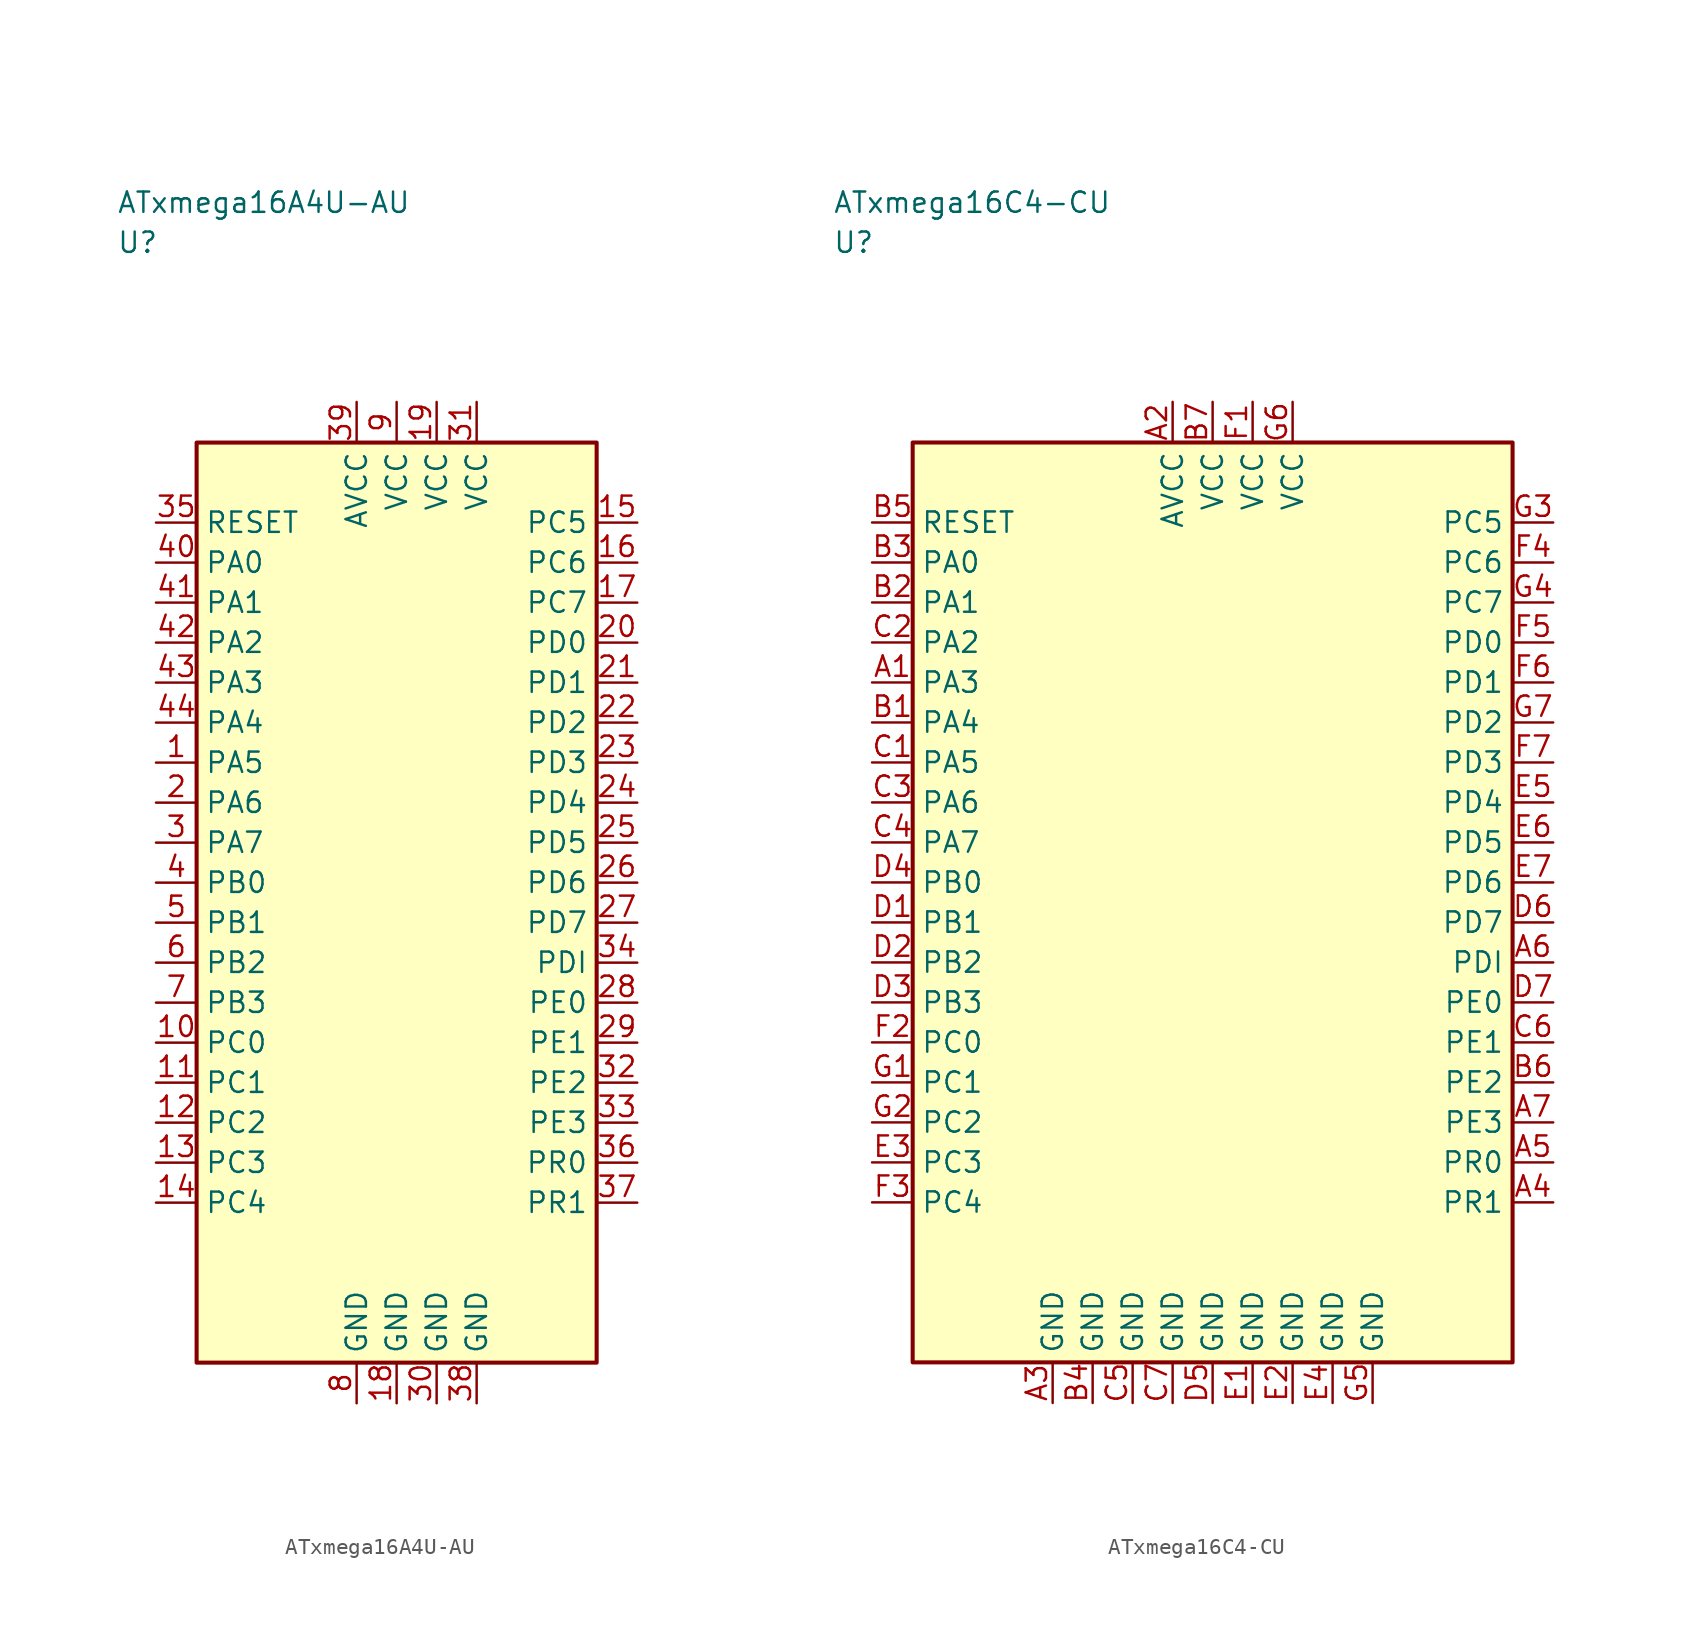
<source format=kicad_sym>
(kicad_symbol_lib
  (version 20241025)
  (generator "kicad_symbol_editor")
  (generator_version "8.0")
  (symbol "ATxmega16A4U-AU"
    (property "Reference" "U"
      (at -17.5 41.25 0)
      (effects (font (size 1.27 1.27)) (justify left)))
    (property "Value" "ATxmega16A4U-AU"
      (at -17.5 43.75 0)
      (effects (font (size 1.27 1.27)) (justify left)))
    (symbol "ATxmega16A4U-AU_0_1"
      (rectangle (start -12.5 28.75) (end 12.5 -28.75) (stroke (width 0.254) (type default)) (fill (type background))))
    (symbol "ATxmega16A4U-AU_1_1"
      (pin bidirectional line (at -15.04 8.75 0.0) (length 2.54) (name "PA5" (effects (font (size 1.27 1.27)))) (number "1" (effects (font (size 1.27 1.27)))))
      (pin bidirectional line (at -15.04 6.25 0.0) (length 2.54) (name "PA6" (effects (font (size 1.27 1.27)))) (number "2" (effects (font (size 1.27 1.27)))))
      (pin bidirectional line (at -15.04 3.75 0.0) (length 2.54) (name "PA7" (effects (font (size 1.27 1.27)))) (number "3" (effects (font (size 1.27 1.27)))))
      (pin bidirectional line (at -15.04 1.25 0.0) (length 2.54) (name "PB0" (effects (font (size 1.27 1.27)))) (number "4" (effects (font (size 1.27 1.27)))))
      (pin bidirectional line (at -15.04 -1.25 0.0) (length 2.54) (name "PB1" (effects (font (size 1.27 1.27)))) (number "5" (effects (font (size 1.27 1.27)))))
      (pin bidirectional line (at -15.04 -3.75 0.0) (length 2.54) (name "PB2" (effects (font (size 1.27 1.27)))) (number "6" (effects (font (size 1.27 1.27)))))
      (pin bidirectional line (at -15.04 -6.25 0.0) (length 2.54) (name "PB3" (effects (font (size 1.27 1.27)))) (number "7" (effects (font (size 1.27 1.27)))))
      (pin passive line (at -2.5 -31.29 90.0) (length 2.54) (name "GND" (effects (font (size 1.27 1.27)))) (number "8" (effects (font (size 1.27 1.27)))))
      (pin power_in line (at 0.0 31.29 270.0) (length 2.54) (name "VCC" (effects (font (size 1.27 1.27)))) (number "9" (effects (font (size 1.27 1.27)))))
      (pin bidirectional line (at -15.04 -8.75 0.0) (length 2.54) (name "PC0" (effects (font (size 1.27 1.27)))) (number "10" (effects (font (size 1.27 1.27)))))
      (pin bidirectional line (at -15.04 -11.25 0.0) (length 2.54) (name "PC1" (effects (font (size 1.27 1.27)))) (number "11" (effects (font (size 1.27 1.27)))))
      (pin bidirectional line (at -15.04 -13.75 0.0) (length 2.54) (name "PC2" (effects (font (size 1.27 1.27)))) (number "12" (effects (font (size 1.27 1.27)))))
      (pin bidirectional line (at -15.04 -16.25 0.0) (length 2.54) (name "PC3" (effects (font (size 1.27 1.27)))) (number "13" (effects (font (size 1.27 1.27)))))
      (pin bidirectional line (at -15.04 -18.75 0.0) (length 2.54) (name "PC4" (effects (font (size 1.27 1.27)))) (number "14" (effects (font (size 1.27 1.27)))))
      (pin bidirectional line (at 15.04 23.75 180.0) (length 2.54) (name "PC5" (effects (font (size 1.27 1.27)))) (number "15" (effects (font (size 1.27 1.27)))))
      (pin bidirectional line (at 15.04 21.25 180.0) (length 2.54) (name "PC6" (effects (font (size 1.27 1.27)))) (number "16" (effects (font (size 1.27 1.27)))))
      (pin bidirectional line (at 15.04 18.75 180.0) (length 2.54) (name "PC7" (effects (font (size 1.27 1.27)))) (number "17" (effects (font (size 1.27 1.27)))))
      (pin passive line (at 0.0 -31.29 90.0) (length 2.54) (name "GND" (effects (font (size 1.27 1.27)))) (number "18" (effects (font (size 1.27 1.27)))))
      (pin power_in line (at 2.5 31.29 270.0) (length 2.54) (name "VCC" (effects (font (size 1.27 1.27)))) (number "19" (effects (font (size 1.27 1.27)))))
      (pin bidirectional line (at 15.04 16.25 180.0) (length 2.54) (name "PD0" (effects (font (size 1.27 1.27)))) (number "20" (effects (font (size 1.27 1.27)))))
      (pin bidirectional line (at 15.04 13.75 180.0) (length 2.54) (name "PD1" (effects (font (size 1.27 1.27)))) (number "21" (effects (font (size 1.27 1.27)))))
      (pin bidirectional line (at 15.04 11.25 180.0) (length 2.54) (name "PD2" (effects (font (size 1.27 1.27)))) (number "22" (effects (font (size 1.27 1.27)))))
      (pin bidirectional line (at 15.04 8.75 180.0) (length 2.54) (name "PD3" (effects (font (size 1.27 1.27)))) (number "23" (effects (font (size 1.27 1.27)))))
      (pin bidirectional line (at 15.04 6.25 180.0) (length 2.54) (name "PD4" (effects (font (size 1.27 1.27)))) (number "24" (effects (font (size 1.27 1.27)))))
      (pin bidirectional line (at 15.04 3.75 180.0) (length 2.54) (name "PD5" (effects (font (size 1.27 1.27)))) (number "25" (effects (font (size 1.27 1.27)))))
      (pin bidirectional line (at 15.04 1.25 180.0) (length 2.54) (name "PD6" (effects (font (size 1.27 1.27)))) (number "26" (effects (font (size 1.27 1.27)))))
      (pin bidirectional line (at 15.04 -1.25 180.0) (length 2.54) (name "PD7" (effects (font (size 1.27 1.27)))) (number "27" (effects (font (size 1.27 1.27)))))
      (pin bidirectional line (at 15.04 -6.25 180.0) (length 2.54) (name "PE0" (effects (font (size 1.27 1.27)))) (number "28" (effects (font (size 1.27 1.27)))))
      (pin bidirectional line (at 15.04 -8.75 180.0) (length 2.54) (name "PE1" (effects (font (size 1.27 1.27)))) (number "29" (effects (font (size 1.27 1.27)))))
      (pin passive line (at 2.5 -31.29 90.0) (length 2.54) (name "GND" (effects (font (size 1.27 1.27)))) (number "30" (effects (font (size 1.27 1.27)))))
      (pin power_in line (at 5.0 31.29 270.0) (length 2.54) (name "VCC" (effects (font (size 1.27 1.27)))) (number "31" (effects (font (size 1.27 1.27)))))
      (pin bidirectional line (at 15.04 -11.25 180.0) (length 2.54) (name "PE2" (effects (font (size 1.27 1.27)))) (number "32" (effects (font (size 1.27 1.27)))))
      (pin bidirectional line (at 15.04 -13.75 180.0) (length 2.54) (name "PE3" (effects (font (size 1.27 1.27)))) (number "33" (effects (font (size 1.27 1.27)))))
      (pin bidirectional line (at 15.04 -3.75 180.0) (length 2.54) (name "PDI" (effects (font (size 1.27 1.27)))) (number "34" (effects (font (size 1.27 1.27)))))
      (pin input line (at -15.04 23.75 0.0) (length 2.54) (name "RESET" (effects (font (size 1.27 1.27)))) (number "35" (effects (font (size 1.27 1.27)))))
      (pin bidirectional line (at 15.04 -16.25 180.0) (length 2.54) (name "PR0" (effects (font (size 1.27 1.27)))) (number "36" (effects (font (size 1.27 1.27)))))
      (pin bidirectional line (at 15.04 -18.75 180.0) (length 2.54) (name "PR1" (effects (font (size 1.27 1.27)))) (number "37" (effects (font (size 1.27 1.27)))))
      (pin passive line (at 5.0 -31.29 90.0) (length 2.54) (name "GND" (effects (font (size 1.27 1.27)))) (number "38" (effects (font (size 1.27 1.27)))))
      (pin power_in line (at -2.5 31.29 270.0) (length 2.54) (name "AVCC" (effects (font (size 1.27 1.27)))) (number "39" (effects (font (size 1.27 1.27)))))
      (pin bidirectional line (at -15.04 21.25 0.0) (length 2.54) (name "PA0" (effects (font (size 1.27 1.27)))) (number "40" (effects (font (size 1.27 1.27)))))
      (pin bidirectional line (at -15.04 18.75 0.0) (length 2.54) (name "PA1" (effects (font (size 1.27 1.27)))) (number "41" (effects (font (size 1.27 1.27)))))
      (pin bidirectional line (at -15.04 16.25 0.0) (length 2.54) (name "PA2" (effects (font (size 1.27 1.27)))) (number "42" (effects (font (size 1.27 1.27)))))
      (pin bidirectional line (at -15.04 13.75 0.0) (length 2.54) (name "PA3" (effects (font (size 1.27 1.27)))) (number "43" (effects (font (size 1.27 1.27)))))
      (pin bidirectional line (at -15.04 11.25 0.0) (length 2.54) (name "PA4" (effects (font (size 1.27 1.27)))) (number "44" (effects (font (size 1.27 1.27)))))))
  (symbol "ATxmega16C4-CU"
    (property "Reference" "U"
      (at -23.75 41.25 0)
      (effects (font (size 1.27 1.27)) (justify left)))
    (property "Value" "ATxmega16C4-CU"
      (at -23.75 43.75 0)
      (effects (font (size 1.27 1.27)) (justify left)))
    (symbol "ATxmega16C4-CU_0_1"
      (rectangle (start -18.75 28.75) (end 18.75 -28.75) (stroke (width 0.254) (type default)) (fill (type background))))
    (symbol "ATxmega16C4-CU_1_1"
      (pin bidirectional line (at -21.29 13.75 0.0) (length 2.54) (name "PA3" (effects (font (size 1.27 1.27)))) (number "A1" (effects (font (size 1.27 1.27)))))
      (pin power_in line (at -2.5 31.29 270.0) (length 2.54) (name "AVCC" (effects (font (size 1.27 1.27)))) (number "A2" (effects (font (size 1.27 1.27)))))
      (pin passive line (at -10.0 -31.29 90.0) (length 2.54) (name "GND" (effects (font (size 1.27 1.27)))) (number "A3" (effects (font (size 1.27 1.27)))))
      (pin bidirectional line (at 21.29 -18.75 180.0) (length 2.54) (name "PR1" (effects (font (size 1.27 1.27)))) (number "A4" (effects (font (size 1.27 1.27)))))
      (pin bidirectional line (at 21.29 -16.25 180.0) (length 2.54) (name "PR0" (effects (font (size 1.27 1.27)))) (number "A5" (effects (font (size 1.27 1.27)))))
      (pin bidirectional line (at 21.29 -3.75 180.0) (length 2.54) (name "PDI" (effects (font (size 1.27 1.27)))) (number "A6" (effects (font (size 1.27 1.27)))))
      (pin bidirectional line (at 21.29 -13.75 180.0) (length 2.54) (name "PE3" (effects (font (size 1.27 1.27)))) (number "A7" (effects (font (size 1.27 1.27)))))
      (pin bidirectional line (at -21.29 11.25 0.0) (length 2.54) (name "PA4" (effects (font (size 1.27 1.27)))) (number "B1" (effects (font (size 1.27 1.27)))))
      (pin bidirectional line (at -21.29 18.75 0.0) (length 2.54) (name "PA1" (effects (font (size 1.27 1.27)))) (number "B2" (effects (font (size 1.27 1.27)))))
      (pin bidirectional line (at -21.29 21.25 0.0) (length 2.54) (name "PA0" (effects (font (size 1.27 1.27)))) (number "B3" (effects (font (size 1.27 1.27)))))
      (pin passive line (at -7.5 -31.29 90.0) (length 2.54) (name "GND" (effects (font (size 1.27 1.27)))) (number "B4" (effects (font (size 1.27 1.27)))))
      (pin input line (at -21.29 23.75 0.0) (length 2.54) (name "RESET" (effects (font (size 1.27 1.27)))) (number "B5" (effects (font (size 1.27 1.27)))))
      (pin bidirectional line (at 21.29 -11.25 180.0) (length 2.54) (name "PE2" (effects (font (size 1.27 1.27)))) (number "B6" (effects (font (size 1.27 1.27)))))
      (pin power_in line (at 0.0 31.29 270.0) (length 2.54) (name "VCC" (effects (font (size 1.27 1.27)))) (number "B7" (effects (font (size 1.27 1.27)))))
      (pin bidirectional line (at -21.29 8.75 0.0) (length 2.54) (name "PA5" (effects (font (size 1.27 1.27)))) (number "C1" (effects (font (size 1.27 1.27)))))
      (pin bidirectional line (at -21.29 16.25 0.0) (length 2.54) (name "PA2" (effects (font (size 1.27 1.27)))) (number "C2" (effects (font (size 1.27 1.27)))))
      (pin bidirectional line (at -21.29 6.25 0.0) (length 2.54) (name "PA6" (effects (font (size 1.27 1.27)))) (number "C3" (effects (font (size 1.27 1.27)))))
      (pin bidirectional line (at -21.29 3.75 0.0) (length 2.54) (name "PA7" (effects (font (size 1.27 1.27)))) (number "C4" (effects (font (size 1.27 1.27)))))
      (pin passive line (at -5.0 -31.29 90.0) (length 2.54) (name "GND" (effects (font (size 1.27 1.27)))) (number "C5" (effects (font (size 1.27 1.27)))))
      (pin bidirectional line (at 21.29 -8.75 180.0) (length 2.54) (name "PE1" (effects (font (size 1.27 1.27)))) (number "C6" (effects (font (size 1.27 1.27)))))
      (pin passive line (at -2.5 -31.29 90.0) (length 2.54) (name "GND" (effects (font (size 1.27 1.27)))) (number "C7" (effects (font (size 1.27 1.27)))))
      (pin bidirectional line (at -21.29 -1.25 0.0) (length 2.54) (name "PB1" (effects (font (size 1.27 1.27)))) (number "D1" (effects (font (size 1.27 1.27)))))
      (pin bidirectional line (at -21.29 -3.75 0.0) (length 2.54) (name "PB2" (effects (font (size 1.27 1.27)))) (number "D2" (effects (font (size 1.27 1.27)))))
      (pin bidirectional line (at -21.29 -6.25 0.0) (length 2.54) (name "PB3" (effects (font (size 1.27 1.27)))) (number "D3" (effects (font (size 1.27 1.27)))))
      (pin bidirectional line (at -21.29 1.25 0.0) (length 2.54) (name "PB0" (effects (font (size 1.27 1.27)))) (number "D4" (effects (font (size 1.27 1.27)))))
      (pin passive line (at 0.0 -31.29 90.0) (length 2.54) (name "GND" (effects (font (size 1.27 1.27)))) (number "D5" (effects (font (size 1.27 1.27)))))
      (pin bidirectional line (at 21.29 -1.25 180.0) (length 2.54) (name "PD7" (effects (font (size 1.27 1.27)))) (number "D6" (effects (font (size 1.27 1.27)))))
      (pin bidirectional line (at 21.29 -6.25 180.0) (length 2.54) (name "PE0" (effects (font (size 1.27 1.27)))) (number "D7" (effects (font (size 1.27 1.27)))))
      (pin passive line (at 2.5 -31.29 90.0) (length 2.54) (name "GND" (effects (font (size 1.27 1.27)))) (number "E1" (effects (font (size 1.27 1.27)))))
      (pin passive line (at 5.0 -31.29 90.0) (length 2.54) (name "GND" (effects (font (size 1.27 1.27)))) (number "E2" (effects (font (size 1.27 1.27)))))
      (pin bidirectional line (at -21.29 -16.25 0.0) (length 2.54) (name "PC3" (effects (font (size 1.27 1.27)))) (number "E3" (effects (font (size 1.27 1.27)))))
      (pin passive line (at 7.5 -31.29 90.0) (length 2.54) (name "GND" (effects (font (size 1.27 1.27)))) (number "E4" (effects (font (size 1.27 1.27)))))
      (pin bidirectional line (at 21.29 6.25 180.0) (length 2.54) (name "PD4" (effects (font (size 1.27 1.27)))) (number "E5" (effects (font (size 1.27 1.27)))))
      (pin bidirectional line (at 21.29 3.75 180.0) (length 2.54) (name "PD5" (effects (font (size 1.27 1.27)))) (number "E6" (effects (font (size 1.27 1.27)))))
      (pin bidirectional line (at 21.29 1.25 180.0) (length 2.54) (name "PD6" (effects (font (size 1.27 1.27)))) (number "E7" (effects (font (size 1.27 1.27)))))
      (pin power_in line (at 2.5 31.29 270.0) (length 2.54) (name "VCC" (effects (font (size 1.27 1.27)))) (number "F1" (effects (font (size 1.27 1.27)))))
      (pin bidirectional line (at -21.29 -8.75 0.0) (length 2.54) (name "PC0" (effects (font (size 1.27 1.27)))) (number "F2" (effects (font (size 1.27 1.27)))))
      (pin bidirectional line (at -21.29 -18.75 0.0) (length 2.54) (name "PC4" (effects (font (size 1.27 1.27)))) (number "F3" (effects (font (size 1.27 1.27)))))
      (pin bidirectional line (at 21.29 21.25 180.0) (length 2.54) (name "PC6" (effects (font (size 1.27 1.27)))) (number "F4" (effects (font (size 1.27 1.27)))))
      (pin bidirectional line (at 21.29 16.25 180.0) (length 2.54) (name "PD0" (effects (font (size 1.27 1.27)))) (number "F5" (effects (font (size 1.27 1.27)))))
      (pin bidirectional line (at 21.29 13.75 180.0) (length 2.54) (name "PD1" (effects (font (size 1.27 1.27)))) (number "F6" (effects (font (size 1.27 1.27)))))
      (pin bidirectional line (at 21.29 8.75 180.0) (length 2.54) (name "PD3" (effects (font (size 1.27 1.27)))) (number "F7" (effects (font (size 1.27 1.27)))))
      (pin bidirectional line (at -21.29 -11.25 0.0) (length 2.54) (name "PC1" (effects (font (size 1.27 1.27)))) (number "G1" (effects (font (size 1.27 1.27)))))
      (pin bidirectional line (at -21.29 -13.75 0.0) (length 2.54) (name "PC2" (effects (font (size 1.27 1.27)))) (number "G2" (effects (font (size 1.27 1.27)))))
      (pin bidirectional line (at 21.29 23.75 180.0) (length 2.54) (name "PC5" (effects (font (size 1.27 1.27)))) (number "G3" (effects (font (size 1.27 1.27)))))
      (pin bidirectional line (at 21.29 18.75 180.0) (length 2.54) (name "PC7" (effects (font (size 1.27 1.27)))) (number "G4" (effects (font (size 1.27 1.27)))))
      (pin passive line (at 10.0 -31.29 90.0) (length 2.54) (name "GND" (effects (font (size 1.27 1.27)))) (number "G5" (effects (font (size 1.27 1.27)))))
      (pin power_in line (at 5.0 31.29 270.0) (length 2.54) (name "VCC" (effects (font (size 1.27 1.27)))) (number "G6" (effects (font (size 1.27 1.27)))))
      (pin bidirectional line (at 21.29 11.25 180.0) (length 2.54) (name "PD2" (effects (font (size 1.27 1.27)))) (number "G7" (effects (font (size 1.27 1.27))))))))
</source>
